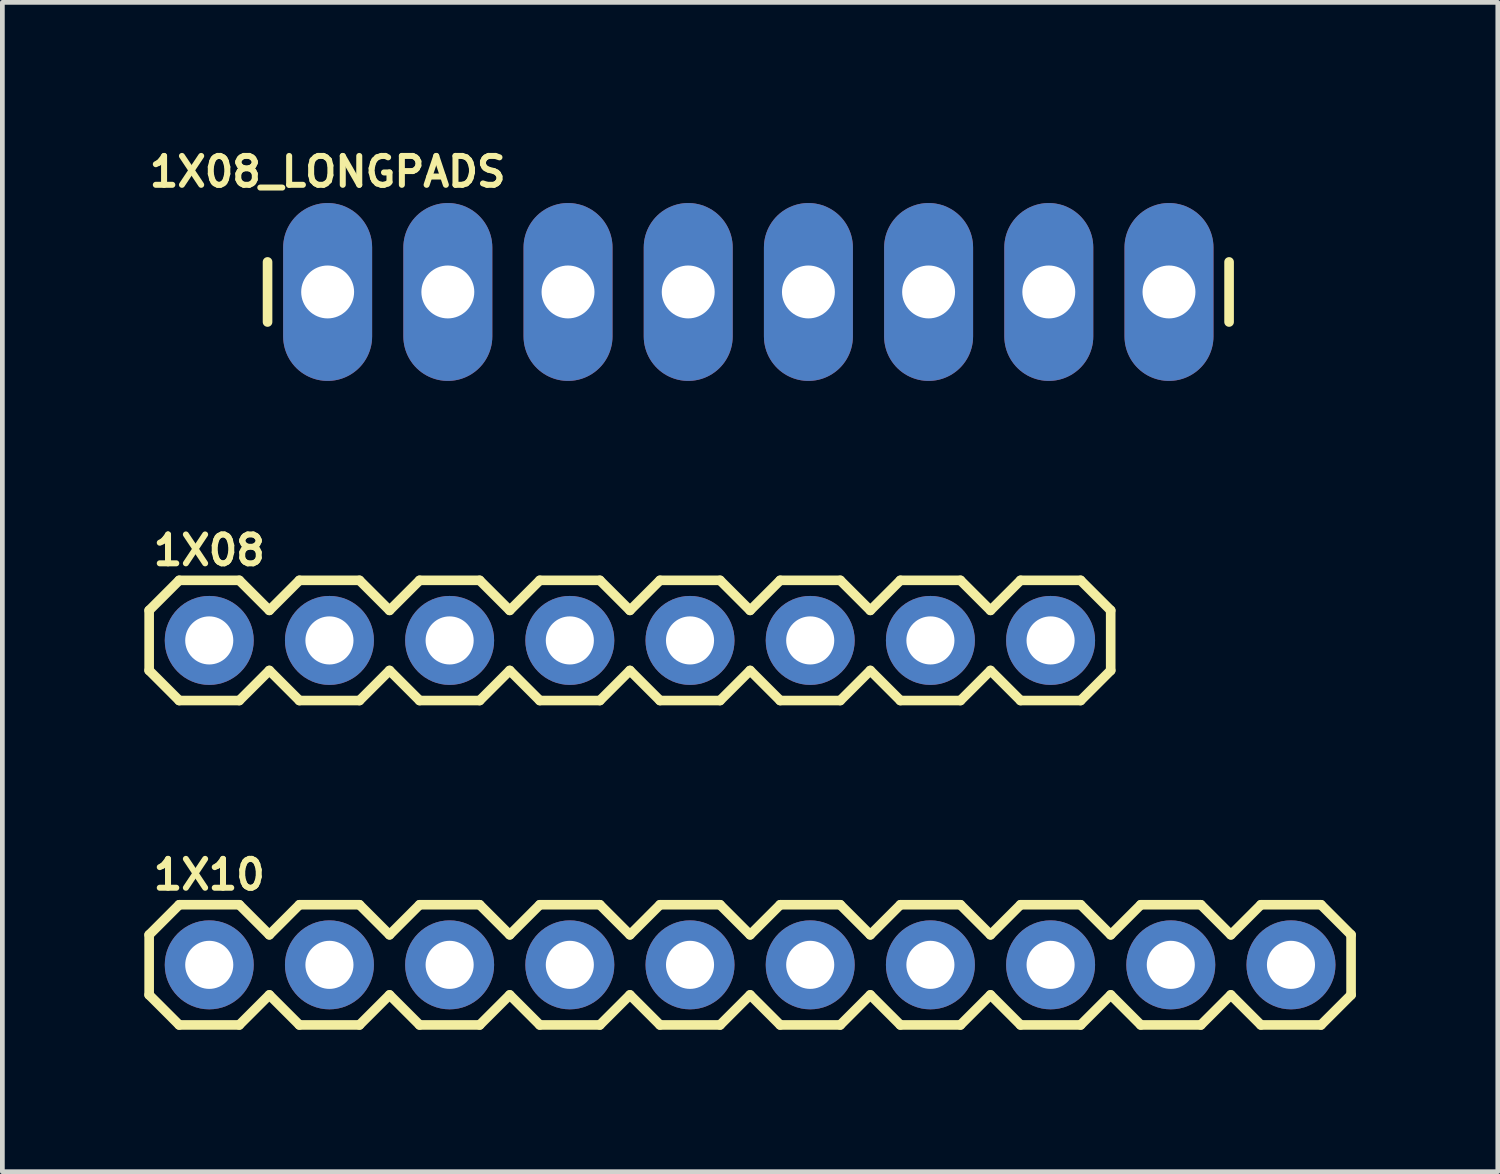
<source format=kicad_pcb>
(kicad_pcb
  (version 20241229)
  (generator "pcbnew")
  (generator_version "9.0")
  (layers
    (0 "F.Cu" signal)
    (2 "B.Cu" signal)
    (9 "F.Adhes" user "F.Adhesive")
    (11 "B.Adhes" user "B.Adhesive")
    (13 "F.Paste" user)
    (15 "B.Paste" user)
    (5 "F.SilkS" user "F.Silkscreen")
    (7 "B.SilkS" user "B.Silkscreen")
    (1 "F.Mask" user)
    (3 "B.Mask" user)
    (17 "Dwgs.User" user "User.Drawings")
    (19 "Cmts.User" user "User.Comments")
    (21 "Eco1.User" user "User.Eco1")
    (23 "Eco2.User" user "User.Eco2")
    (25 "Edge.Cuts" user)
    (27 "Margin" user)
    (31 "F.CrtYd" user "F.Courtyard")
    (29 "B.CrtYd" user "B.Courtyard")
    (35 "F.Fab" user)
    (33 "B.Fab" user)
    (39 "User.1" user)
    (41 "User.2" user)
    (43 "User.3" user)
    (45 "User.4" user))
  (footprint "1X10"
    (layer "F.Cu")
    (at 1.372 17.34)
    (property "Reference" "1X10" (at 0 -1.905 0) (layer "F.SilkS") (effects (font (size 0.61 0.61) (thickness 0.127))))
    (attr exclude_from_pos_files exclude_from_bom)
    (fp_line (start -1.27 -0.635) (end -1.27 0.635) (stroke (width 0.203) (type solid)) (layer "F.SilkS"))
    (fp_line (start -1.27 0.635) (end -0.635 1.27) (stroke (width 0.203) (type solid)) (layer "F.SilkS"))
    (fp_line (start -0.635 -1.27) (end -1.27 -0.635) (stroke (width 0.203) (type solid)) (layer "F.SilkS"))
    (fp_line (start -0.635 -1.27) (end 0.635 -1.27) (stroke (width 0.203) (type solid)) (layer "F.SilkS"))
    (fp_line (start 0.635 -1.27) (end 1.27 -0.635) (stroke (width 0.203) (type solid)) (layer "F.SilkS"))
    (fp_line (start 0.635 1.27) (end -0.635 1.27) (stroke (width 0.203) (type solid)) (layer "F.SilkS"))
    (fp_line (start 1.27 -0.635) (end 1.905 -1.27) (stroke (width 0.203) (type solid)) (layer "F.SilkS"))
    (fp_line (start 1.27 0.635) (end 0.635 1.27) (stroke (width 0.203) (type solid)) (layer "F.SilkS"))
    (fp_line (start 1.905 -1.27) (end 3.175 -1.27) (stroke (width 0.203) (type solid)) (layer "F.SilkS"))
    (fp_line (start 1.905 1.27) (end 1.27 0.635) (stroke (width 0.203) (type solid)) (layer "F.SilkS"))
    (fp_line (start 3.175 -1.27) (end 3.81 -0.635) (stroke (width 0.203) (type solid)) (layer "F.SilkS"))
    (fp_line (start 3.175 1.27) (end 1.905 1.27) (stroke (width 0.203) (type solid)) (layer "F.SilkS"))
    (fp_line (start 3.81 -0.635) (end 4.445 -1.27) (stroke (width 0.203) (type solid)) (layer "F.SilkS"))
    (fp_line (start 3.81 0.635) (end 3.175 1.27) (stroke (width 0.203) (type solid)) (layer "F.SilkS"))
    (fp_line (start 4.445 -1.27) (end 5.715 -1.27) (stroke (width 0.203) (type solid)) (layer "F.SilkS"))
    (fp_line (start 4.445 1.27) (end 3.81 0.635) (stroke (width 0.203) (type solid)) (layer "F.SilkS"))
    (fp_line (start 5.715 -1.27) (end 6.35 -0.635) (stroke (width 0.203) (type solid)) (layer "F.SilkS"))
    (fp_line (start 5.715 1.27) (end 4.445 1.27) (stroke (width 0.203) (type solid)) (layer "F.SilkS"))
    (fp_line (start 6.35 0.635) (end 5.715 1.27) (stroke (width 0.203) (type solid)) (layer "F.SilkS"))
    (fp_line (start 6.35 0.635) (end 6.985 1.27) (stroke (width 0.203) (type solid)) (layer "F.SilkS"))
    (fp_line (start 6.985 -1.27) (end 6.35 -0.635) (stroke (width 0.203) (type solid)) (layer "F.SilkS"))
    (fp_line (start 6.985 -1.27) (end 8.255 -1.27) (stroke (width 0.203) (type solid)) (layer "F.SilkS"))
    (fp_line (start 8.255 -1.27) (end 8.89 -0.635) (stroke (width 0.203) (type solid)) (layer "F.SilkS"))
    (fp_line (start 8.255 1.27) (end 6.985 1.27) (stroke (width 0.203) (type solid)) (layer "F.SilkS"))
    (fp_line (start 8.89 -0.635) (end 9.525 -1.27) (stroke (width 0.203) (type solid)) (layer "F.SilkS"))
    (fp_line (start 8.89 0.635) (end 8.255 1.27) (stroke (width 0.203) (type solid)) (layer "F.SilkS"))
    (fp_line (start 9.525 -1.27) (end 10.795 -1.27) (stroke (width 0.203) (type solid)) (layer "F.SilkS"))
    (fp_line (start 9.525 1.27) (end 8.89 0.635) (stroke (width 0.203) (type solid)) (layer "F.SilkS"))
    (fp_line (start 10.795 -1.27) (end 11.43 -0.635) (stroke (width 0.203) (type solid)) (layer "F.SilkS"))
    (fp_line (start 10.795 1.27) (end 9.525 1.27) (stroke (width 0.203) (type solid)) (layer "F.SilkS"))
    (fp_line (start 11.43 -0.635) (end 12.065 -1.27) (stroke (width 0.203) (type solid)) (layer "F.SilkS"))
    (fp_line (start 11.43 0.635) (end 10.795 1.27) (stroke (width 0.203) (type solid)) (layer "F.SilkS"))
    (fp_line (start 12.065 -1.27) (end 13.335 -1.27) (stroke (width 0.203) (type solid)) (layer "F.SilkS"))
    (fp_line (start 12.065 1.27) (end 11.43 0.635) (stroke (width 0.203) (type solid)) (layer "F.SilkS"))
    (fp_line (start 13.335 -1.27) (end 13.97 -0.635) (stroke (width 0.203) (type solid)) (layer "F.SilkS"))
    (fp_line (start 13.335 1.27) (end 12.065 1.27) (stroke (width 0.203) (type solid)) (layer "F.SilkS"))
    (fp_line (start 13.97 0.635) (end 13.335 1.27) (stroke (width 0.203) (type solid)) (layer "F.SilkS"))
    (fp_line (start 13.97 0.635) (end 14.605 1.27) (stroke (width 0.203) (type solid)) (layer "F.SilkS"))
    (fp_line (start 14.605 -1.27) (end 13.97 -0.635) (stroke (width 0.203) (type solid)) (layer "F.SilkS"))
    (fp_line (start 14.605 -1.27) (end 15.875 -1.27) (stroke (width 0.203) (type solid)) (layer "F.SilkS"))
    (fp_line (start 15.875 -1.27) (end 16.51 -0.635) (stroke (width 0.203) (type solid)) (layer "F.SilkS"))
    (fp_line (start 15.875 1.27) (end 14.605 1.27) (stroke (width 0.203) (type solid)) (layer "F.SilkS"))
    (fp_line (start 16.51 0.635) (end 15.875 1.27) (stroke (width 0.203) (type solid)) (layer "F.SilkS"))
    (fp_line (start 16.51 0.635) (end 17.145 1.27) (stroke (width 0.203) (type solid)) (layer "F.SilkS"))
    (fp_line (start 17.145 -1.27) (end 16.51 -0.635) (stroke (width 0.203) (type solid)) (layer "F.SilkS"))
    (fp_line (start 17.145 -1.27) (end 18.415 -1.27) (stroke (width 0.203) (type solid)) (layer "F.SilkS"))
    (fp_line (start 18.415 -1.27) (end 19.05 -0.635) (stroke (width 0.203) (type solid)) (layer "F.SilkS"))
    (fp_line (start 18.415 1.27) (end 17.145 1.27) (stroke (width 0.203) (type solid)) (layer "F.SilkS"))
    (fp_line (start 19.05 0.635) (end 18.415 1.27) (stroke (width 0.203) (type solid)) (layer "F.SilkS"))
    (fp_line (start 19.05 0.635) (end 19.685 1.27) (stroke (width 0.203) (type solid)) (layer "F.SilkS"))
    (fp_line (start 19.685 -1.27) (end 19.05 -0.635) (stroke (width 0.203) (type solid)) (layer "F.SilkS"))
    (fp_line (start 19.685 -1.27) (end 20.955 -1.27) (stroke (width 0.203) (type solid)) (layer "F.SilkS"))
    (fp_line (start 20.955 -1.27) (end 21.59 -0.635) (stroke (width 0.203) (type solid)) (layer "F.SilkS"))
    (fp_line (start 20.955 1.27) (end 19.685 1.27) (stroke (width 0.203) (type solid)) (layer "F.SilkS"))
    (fp_line (start 21.59 0.635) (end 20.955 1.27) (stroke (width 0.203) (type solid)) (layer "F.SilkS"))
    (fp_line (start 21.59 0.635) (end 22.225 1.27) (stroke (width 0.203) (type solid)) (layer "F.SilkS"))
    (fp_line (start 22.225 -1.27) (end 21.59 -0.635) (stroke (width 0.203) (type solid)) (layer "F.SilkS"))
    (fp_line (start 22.225 -1.27) (end 23.495 -1.27) (stroke (width 0.203) (type solid)) (layer "F.SilkS"))
    (fp_line (start 23.495 -1.27) (end 24.13 -0.635) (stroke (width 0.203) (type solid)) (layer "F.SilkS"))
    (fp_line (start 23.495 1.27) (end 22.225 1.27) (stroke (width 0.203) (type solid)) (layer "F.SilkS"))
    (fp_line (start 24.13 -0.635) (end 24.13 0.635) (stroke (width 0.203) (type solid)) (layer "F.SilkS"))
    (fp_line (start 24.13 0.635) (end 23.495 1.27) (stroke (width 0.203) (type solid)) (layer "F.SilkS"))
    (pad "1" thru_hole circle (at 0 0) (size 1.88 1.88) (drill 1.016) (layers "*.Cu" "*.Mask"))
    (pad "2" thru_hole circle (at 2.54 0) (size 1.88 1.88) (drill 1.016) (layers "*.Cu" "*.Mask"))
    (pad "3" thru_hole circle (at 5.08 0) (size 1.88 1.88) (drill 1.016) (layers "*.Cu" "*.Mask"))
    (pad "4" thru_hole circle (at 7.62 0) (size 1.88 1.88) (drill 1.016) (layers "*.Cu" "*.Mask"))
    (pad "5" thru_hole circle (at 10.16 0) (size 1.88 1.88) (drill 1.016) (layers "*.Cu" "*.Mask"))
    (pad "6" thru_hole circle (at 12.7 0) (size 1.88 1.88) (drill 1.016) (layers "*.Cu" "*.Mask"))
    (pad "7" thru_hole circle (at 15.24 0) (size 1.88 1.88) (drill 1.016) (layers "*.Cu" "*.Mask"))
    (pad "8" thru_hole circle (at 17.78 0) (size 1.88 1.88) (drill 1.016) (layers "*.Cu" "*.Mask"))
    (pad "9" thru_hole circle (at 20.32 0) (size 1.88 1.88) (drill 1.016) (layers "*.Cu" "*.Mask"))
    (pad "10" thru_hole circle (at 22.86 0) (size 1.88 1.88) (drill 1.016) (layers "*.Cu" "*.Mask")))
  (footprint "1X08_LONGPADS"
    (layer "F.Cu")
    (at 3.874 3.12)
    (property "Reference" "1X08_LONGPADS" (at 0 -2.54 0) (layer "F.SilkS") (effects (font (size 0.61 0.61) (thickness 0.127))))
    (attr exclude_from_pos_files exclude_from_bom)
    (fp_line (start -1.27 -0.635) (end -1.27 0.635) (stroke (width 0.203) (type solid)) (layer "F.SilkS"))
    (fp_line (start 19.05 -0.635) (end 19.05 0.635) (stroke (width 0.203) (type solid)) (layer "F.SilkS"))
    (pad "1" thru_hole oval (at 0 0 180) (size 1.88 3.759) (drill 1.118) (layers "*.Cu" "*.Mask"))
    (pad "2" thru_hole oval (at 2.54 0 180) (size 1.88 3.759) (drill 1.118) (layers "*.Cu" "*.Mask"))
    (pad "3" thru_hole oval (at 5.08 0 180) (size 1.88 3.759) (drill 1.118) (layers "*.Cu" "*.Mask"))
    (pad "4" thru_hole oval (at 7.62 0 180) (size 1.88 3.759) (drill 1.118) (layers "*.Cu" "*.Mask"))
    (pad "5" thru_hole oval (at 10.16 0 180) (size 1.88 3.759) (drill 1.118) (layers "*.Cu" "*.Mask"))
    (pad "6" thru_hole oval (at 12.7 0 180) (size 1.88 3.759) (drill 1.118) (layers "*.Cu" "*.Mask"))
    (pad "7" thru_hole oval (at 15.24 0 180) (size 1.88 3.759) (drill 1.118) (layers "*.Cu" "*.Mask"))
    (pad "8" thru_hole oval (at 17.78 0 180) (size 1.88 3.759) (drill 1.118) (layers "*.Cu" "*.Mask")))
  (footprint "1X08"
    (layer "F.Cu")
    (at 1.372 10.484)
    (property "Reference" "1X08" (at 0 -1.905 0) (layer "F.SilkS") (effects (font (size 0.61 0.61) (thickness 0.127))))
    (attr exclude_from_pos_files exclude_from_bom)
    (fp_line (start -1.27 -0.635) (end -1.27 0.635) (stroke (width 0.203) (type solid)) (layer "F.SilkS"))
    (fp_line (start -1.27 0.635) (end -0.635 1.27) (stroke (width 0.203) (type solid)) (layer "F.SilkS"))
    (fp_line (start -0.635 -1.27) (end -1.27 -0.635) (stroke (width 0.203) (type solid)) (layer "F.SilkS"))
    (fp_line (start -0.635 -1.27) (end 0.635 -1.27) (stroke (width 0.203) (type solid)) (layer "F.SilkS"))
    (fp_line (start 0.635 -1.27) (end 1.27 -0.635) (stroke (width 0.203) (type solid)) (layer "F.SilkS"))
    (fp_line (start 0.635 1.27) (end -0.635 1.27) (stroke (width 0.203) (type solid)) (layer "F.SilkS"))
    (fp_line (start 1.27 -0.635) (end 1.905 -1.27) (stroke (width 0.203) (type solid)) (layer "F.SilkS"))
    (fp_line (start 1.27 0.635) (end 0.635 1.27) (stroke (width 0.203) (type solid)) (layer "F.SilkS"))
    (fp_line (start 1.905 -1.27) (end 3.175 -1.27) (stroke (width 0.203) (type solid)) (layer "F.SilkS"))
    (fp_line (start 1.905 1.27) (end 1.27 0.635) (stroke (width 0.203) (type solid)) (layer "F.SilkS"))
    (fp_line (start 3.175 -1.27) (end 3.81 -0.635) (stroke (width 0.203) (type solid)) (layer "F.SilkS"))
    (fp_line (start 3.175 1.27) (end 1.905 1.27) (stroke (width 0.203) (type solid)) (layer "F.SilkS"))
    (fp_line (start 3.81 -0.635) (end 4.445 -1.27) (stroke (width 0.203) (type solid)) (layer "F.SilkS"))
    (fp_line (start 3.81 0.635) (end 3.175 1.27) (stroke (width 0.203) (type solid)) (layer "F.SilkS"))
    (fp_line (start 4.445 -1.27) (end 5.715 -1.27) (stroke (width 0.203) (type solid)) (layer "F.SilkS"))
    (fp_line (start 4.445 1.27) (end 3.81 0.635) (stroke (width 0.203) (type solid)) (layer "F.SilkS"))
    (fp_line (start 5.715 -1.27) (end 6.35 -0.635) (stroke (width 0.203) (type solid)) (layer "F.SilkS"))
    (fp_line (start 5.715 1.27) (end 4.445 1.27) (stroke (width 0.203) (type solid)) (layer "F.SilkS"))
    (fp_line (start 6.35 0.635) (end 5.715 1.27) (stroke (width 0.203) (type solid)) (layer "F.SilkS"))
    (fp_line (start 6.35 0.635) (end 6.985 1.27) (stroke (width 0.203) (type solid)) (layer "F.SilkS"))
    (fp_line (start 6.985 -1.27) (end 6.35 -0.635) (stroke (width 0.203) (type solid)) (layer "F.SilkS"))
    (fp_line (start 6.985 -1.27) (end 8.255 -1.27) (stroke (width 0.203) (type solid)) (layer "F.SilkS"))
    (fp_line (start 8.255 -1.27) (end 8.89 -0.635) (stroke (width 0.203) (type solid)) (layer "F.SilkS"))
    (fp_line (start 8.255 1.27) (end 6.985 1.27) (stroke (width 0.203) (type solid)) (layer "F.SilkS"))
    (fp_line (start 8.89 -0.635) (end 9.525 -1.27) (stroke (width 0.203) (type solid)) (layer "F.SilkS"))
    (fp_line (start 8.89 0.635) (end 8.255 1.27) (stroke (width 0.203) (type solid)) (layer "F.SilkS"))
    (fp_line (start 9.525 -1.27) (end 10.795 -1.27) (stroke (width 0.203) (type solid)) (layer "F.SilkS"))
    (fp_line (start 9.525 1.27) (end 8.89 0.635) (stroke (width 0.203) (type solid)) (layer "F.SilkS"))
    (fp_line (start 10.795 -1.27) (end 11.43 -0.635) (stroke (width 0.203) (type solid)) (layer "F.SilkS"))
    (fp_line (start 10.795 1.27) (end 9.525 1.27) (stroke (width 0.203) (type solid)) (layer "F.SilkS"))
    (fp_line (start 11.43 -0.635) (end 12.065 -1.27) (stroke (width 0.203) (type solid)) (layer "F.SilkS"))
    (fp_line (start 11.43 0.635) (end 10.795 1.27) (stroke (width 0.203) (type solid)) (layer "F.SilkS"))
    (fp_line (start 12.065 -1.27) (end 13.335 -1.27) (stroke (width 0.203) (type solid)) (layer "F.SilkS"))
    (fp_line (start 12.065 1.27) (end 11.43 0.635) (stroke (width 0.203) (type solid)) (layer "F.SilkS"))
    (fp_line (start 13.335 -1.27) (end 13.97 -0.635) (stroke (width 0.203) (type solid)) (layer "F.SilkS"))
    (fp_line (start 13.335 1.27) (end 12.065 1.27) (stroke (width 0.203) (type solid)) (layer "F.SilkS"))
    (fp_line (start 13.97 0.635) (end 13.335 1.27) (stroke (width 0.203) (type solid)) (layer "F.SilkS"))
    (fp_line (start 13.97 0.635) (end 14.605 1.27) (stroke (width 0.203) (type solid)) (layer "F.SilkS"))
    (fp_line (start 14.605 -1.27) (end 13.97 -0.635) (stroke (width 0.203) (type solid)) (layer "F.SilkS"))
    (fp_line (start 14.605 -1.27) (end 15.875 -1.27) (stroke (width 0.203) (type solid)) (layer "F.SilkS"))
    (fp_line (start 15.875 -1.27) (end 16.51 -0.635) (stroke (width 0.203) (type solid)) (layer "F.SilkS"))
    (fp_line (start 15.875 1.27) (end 14.605 1.27) (stroke (width 0.203) (type solid)) (layer "F.SilkS"))
    (fp_line (start 16.51 0.635) (end 15.875 1.27) (stroke (width 0.203) (type solid)) (layer "F.SilkS"))
    (fp_line (start 16.51 0.635) (end 17.145 1.27) (stroke (width 0.203) (type solid)) (layer "F.SilkS"))
    (fp_line (start 17.145 -1.27) (end 16.51 -0.635) (stroke (width 0.203) (type solid)) (layer "F.SilkS"))
    (fp_line (start 17.145 -1.27) (end 18.415 -1.27) (stroke (width 0.203) (type solid)) (layer "F.SilkS"))
    (fp_line (start 18.415 -1.27) (end 19.05 -0.635) (stroke (width 0.203) (type solid)) (layer "F.SilkS"))
    (fp_line (start 18.415 1.27) (end 17.145 1.27) (stroke (width 0.203) (type solid)) (layer "F.SilkS"))
    (fp_line (start 19.05 -0.635) (end 19.05 0.635) (stroke (width 0.203) (type solid)) (layer "F.SilkS"))
    (fp_line (start 19.05 0.635) (end 18.415 1.27) (stroke (width 0.203) (type solid)) (layer "F.SilkS"))
    (pad "1" thru_hole circle (at 0 0) (size 1.88 1.88) (drill 1.016) (layers "*.Cu" "*.Mask"))
    (pad "2" thru_hole circle (at 2.54 0) (size 1.88 1.88) (drill 1.016) (layers "*.Cu" "*.Mask"))
    (pad "3" thru_hole circle (at 5.08 0) (size 1.88 1.88) (drill 1.016) (layers "*.Cu" "*.Mask"))
    (pad "4" thru_hole circle (at 7.62 0) (size 1.88 1.88) (drill 1.016) (layers "*.Cu" "*.Mask"))
    (pad "5" thru_hole circle (at 10.16 0) (size 1.88 1.88) (drill 1.016) (layers "*.Cu" "*.Mask"))
    (pad "6" thru_hole circle (at 12.7 0) (size 1.88 1.88) (drill 1.016) (layers "*.Cu" "*.Mask"))
    (pad "7" thru_hole circle (at 15.24 0) (size 1.88 1.88) (drill 1.016) (layers "*.Cu" "*.Mask"))
    (pad "8" thru_hole circle (at 17.78 0) (size 1.88 1.88) (drill 1.016) (layers "*.Cu" "*.Mask")))
  (gr_rect
    (start -3 -3)
    (end 28.603 21.711)
    (stroke (width 0.1) (type default))
    (fill no)
    (layer "Edge.Cuts")))
</source>
